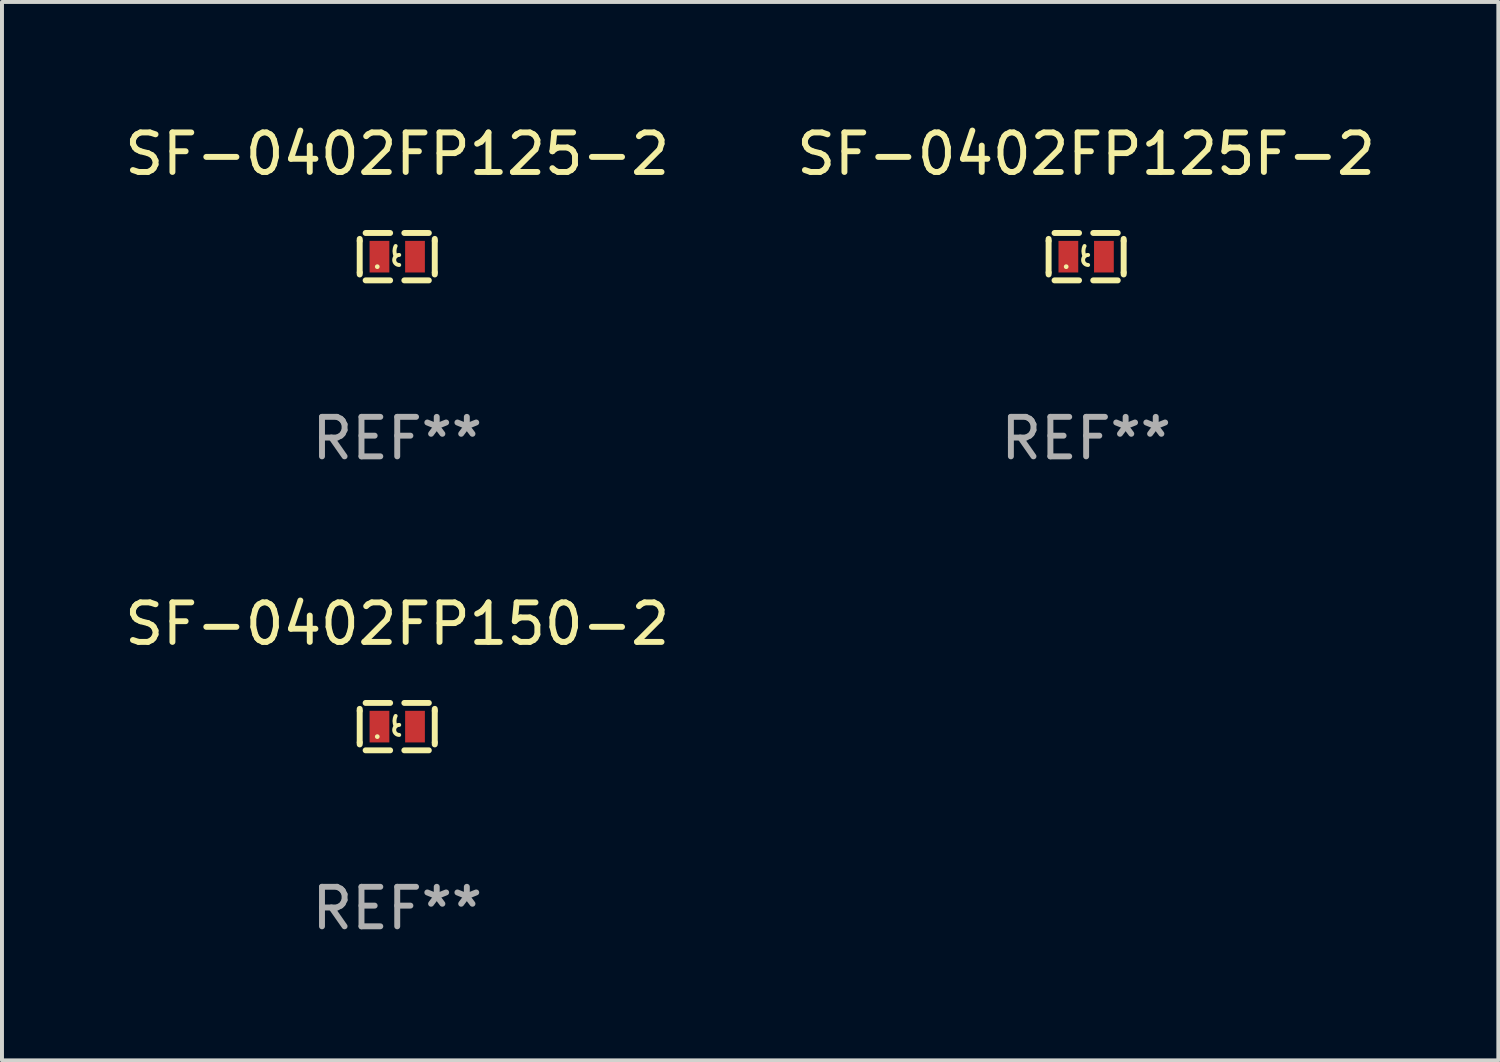
<source format=kicad_pcb>
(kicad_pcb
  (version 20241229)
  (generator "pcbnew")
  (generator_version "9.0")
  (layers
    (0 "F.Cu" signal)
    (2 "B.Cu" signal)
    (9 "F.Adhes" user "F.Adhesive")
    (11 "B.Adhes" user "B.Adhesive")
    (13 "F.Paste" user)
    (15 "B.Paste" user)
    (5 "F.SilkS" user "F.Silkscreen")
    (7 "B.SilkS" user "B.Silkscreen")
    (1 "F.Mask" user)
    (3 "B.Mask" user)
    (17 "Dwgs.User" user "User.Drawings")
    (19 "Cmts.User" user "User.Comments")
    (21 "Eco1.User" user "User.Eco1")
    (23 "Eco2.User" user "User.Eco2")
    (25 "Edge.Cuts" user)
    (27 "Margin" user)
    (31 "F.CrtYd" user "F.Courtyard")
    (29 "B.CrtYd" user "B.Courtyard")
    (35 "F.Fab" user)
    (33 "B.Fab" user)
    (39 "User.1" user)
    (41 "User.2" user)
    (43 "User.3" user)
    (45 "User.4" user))
  (footprint "SF-0402FP125-2"
    (layer "F.Cu")
    (at 7.006 3.448)
    (property "Reference" "SF-0402FP125-2" (at 0 -2.6 0) (layer "F.SilkS") (effects (font (size 1 1) (thickness 0.15))))
    (attr through_hole)
    (fp_line (start -0.95 -0.45) (end -0.95 -0.4) (stroke (width 0.15) (type solid)) (layer "F.SilkS"))
    (fp_line (start -0.95 -0.4) (end -0.95 0.4) (stroke (width 0.15) (type solid)) (layer "F.SilkS"))
    (fp_line (start -0.95 0.45) (end -0.95 0.4) (stroke (width 0.15) (type solid)) (layer "F.SilkS"))
    (fp_line (start -0.18 -0.6) (end -0.8 -0.6) (stroke (width 0.15) (type solid)) (layer "F.SilkS"))
    (fp_line (start -0.18 0.6) (end -0.8 0.6) (stroke (width 0.15) (type solid)) (layer "F.SilkS"))
    (fp_line (start 0.18 -0.6) (end 0.8 -0.6) (stroke (width 0.15) (type solid)) (layer "F.SilkS"))
    (fp_line (start 0.18 0.6) (end 0.8 0.6) (stroke (width 0.15) (type solid)) (layer "F.SilkS"))
    (fp_line (start 0.95 -0.45) (end 0.95 -0.4) (stroke (width 0.15) (type solid)) (layer "F.SilkS"))
    (fp_line (start 0.95 -0.4) (end 0.95 0.4) (stroke (width 0.15) (type solid)) (layer "F.SilkS"))
    (fp_line (start 0.95 0.45) (end 0.95 0.4) (stroke (width 0.15) (type solid)) (layer "F.SilkS"))
    (fp_arc (start -0.039942 -0.016052) (mid -0.069923 -0.143053) (end -0.039942 -0.270053) (stroke (width 0.1) (type solid)) (layer "F.SilkS"))
    (fp_arc (start 0.050076 0.209957) (mid -0.076924 0.082957) (end 0.050076 -0.044043) (stroke (width 0.1) (type solid)) (layer "F.SilkS"))
    (fp_circle (center -0.505 0.253) (end -0.475 0.253) (stroke (width 0.06) (type solid)) (fill no) (layer "F.SilkS"))
    (fp_text user "REF**" (at 0 4.6 0) (layer "F.Fab") (effects (font (size 1 1) (thickness 0.15))))
    (pad "1" smd rect (at -0.45 -0.000051) (size 0.5 0.8) (layers "F.Cu" "F.Mask" "F.Paste"))
    (pad "2" smd rect (at 0.45 -0.000051) (size 0.5 0.8) (layers "F.Cu" "F.Mask" "F.Paste")))
  (footprint "SF-0402FP150-2"
    (layer "F.Cu")
    (at 7.006 15.345)
    (property "Reference" "SF-0402FP150-2" (at 0 -2.6 0) (layer "F.SilkS") (effects (font (size 1 1) (thickness 0.15))))
    (attr through_hole)
    (fp_line (start -0.95 -0.45) (end -0.95 -0.4) (stroke (width 0.15) (type solid)) (layer "F.SilkS"))
    (fp_line (start -0.95 -0.4) (end -0.95 0.4) (stroke (width 0.15) (type solid)) (layer "F.SilkS"))
    (fp_line (start -0.95 0.45) (end -0.95 0.4) (stroke (width 0.15) (type solid)) (layer "F.SilkS"))
    (fp_line (start -0.18 -0.6) (end -0.8 -0.6) (stroke (width 0.15) (type solid)) (layer "F.SilkS"))
    (fp_line (start -0.18 0.6) (end -0.8 0.6) (stroke (width 0.15) (type solid)) (layer "F.SilkS"))
    (fp_line (start 0.18 -0.6) (end 0.8 -0.6) (stroke (width 0.15) (type solid)) (layer "F.SilkS"))
    (fp_line (start 0.18 0.6) (end 0.8 0.6) (stroke (width 0.15) (type solid)) (layer "F.SilkS"))
    (fp_line (start 0.95 -0.45) (end 0.95 -0.4) (stroke (width 0.15) (type solid)) (layer "F.SilkS"))
    (fp_line (start 0.95 -0.4) (end 0.95 0.4) (stroke (width 0.15) (type solid)) (layer "F.SilkS"))
    (fp_line (start 0.95 0.45) (end 0.95 0.4) (stroke (width 0.15) (type solid)) (layer "F.SilkS"))
    (fp_arc (start -0.039942 -0.016052) (mid -0.069923 -0.143053) (end -0.039942 -0.270053) (stroke (width 0.1) (type solid)) (layer "F.SilkS"))
    (fp_arc (start 0.050076 0.209957) (mid -0.076924 0.082957) (end 0.050076 -0.044043) (stroke (width 0.1) (type solid)) (layer "F.SilkS"))
    (fp_circle (center -0.505 0.253) (end -0.475 0.253) (stroke (width 0.06) (type solid)) (fill no) (layer "F.SilkS"))
    (fp_text user "REF**" (at 0 4.6 0) (layer "F.Fab") (effects (font (size 1 1) (thickness 0.15))))
    (pad "1" smd rect (at -0.45 -0.000051) (size 0.5 0.8) (layers "F.Cu" "F.Mask" "F.Paste"))
    (pad "2" smd rect (at 0.45 -0.000051) (size 0.5 0.8) (layers "F.Cu" "F.Mask" "F.Paste")))
  (footprint "SF-0402FP125F-2"
    (layer "F.Cu")
    (at 24.446 3.448)
    (property "Reference" "SF-0402FP125F-2" (at 0 -2.6 0) (layer "F.SilkS") (effects (font (size 1 1) (thickness 0.15))))
    (attr through_hole)
    (fp_line (start -0.95 -0.45) (end -0.95 -0.4) (stroke (width 0.15) (type solid)) (layer "F.SilkS"))
    (fp_line (start -0.95 -0.4) (end -0.95 0.4) (stroke (width 0.15) (type solid)) (layer "F.SilkS"))
    (fp_line (start -0.95 0.45) (end -0.95 0.4) (stroke (width 0.15) (type solid)) (layer "F.SilkS"))
    (fp_line (start -0.18 -0.6) (end -0.8 -0.6) (stroke (width 0.15) (type solid)) (layer "F.SilkS"))
    (fp_line (start -0.18 0.6) (end -0.8 0.6) (stroke (width 0.15) (type solid)) (layer "F.SilkS"))
    (fp_line (start 0.18 -0.6) (end 0.8 -0.6) (stroke (width 0.15) (type solid)) (layer "F.SilkS"))
    (fp_line (start 0.18 0.6) (end 0.8 0.6) (stroke (width 0.15) (type solid)) (layer "F.SilkS"))
    (fp_line (start 0.95 -0.45) (end 0.95 -0.4) (stroke (width 0.15) (type solid)) (layer "F.SilkS"))
    (fp_line (start 0.95 -0.4) (end 0.95 0.4) (stroke (width 0.15) (type solid)) (layer "F.SilkS"))
    (fp_line (start 0.95 0.45) (end 0.95 0.4) (stroke (width 0.15) (type solid)) (layer "F.SilkS"))
    (fp_arc (start -0.039942 -0.016052) (mid -0.069923 -0.143053) (end -0.039942 -0.270053) (stroke (width 0.1) (type solid)) (layer "F.SilkS"))
    (fp_arc (start 0.050076 0.209957) (mid -0.076924 0.082957) (end 0.050076 -0.044043) (stroke (width 0.1) (type solid)) (layer "F.SilkS"))
    (fp_circle (center -0.505 0.253) (end -0.475 0.253) (stroke (width 0.06) (type solid)) (fill no) (layer "F.SilkS"))
    (fp_text user "REF**" (at 0 4.6 0) (layer "F.Fab") (effects (font (size 1 1) (thickness 0.15))))
    (pad "1" smd rect (at -0.45 -0.000051) (size 0.5 0.8) (layers "F.Cu" "F.Mask" "F.Paste"))
    (pad "2" smd rect (at 0.45 -0.000051) (size 0.5 0.8) (layers "F.Cu" "F.Mask" "F.Paste")))
  (gr_rect
    (start -3 -3)
    (end 34.881 23.793)
    (stroke (width 0.1) (type default))
    (fill no)
    (layer "Edge.Cuts")))
</source>
